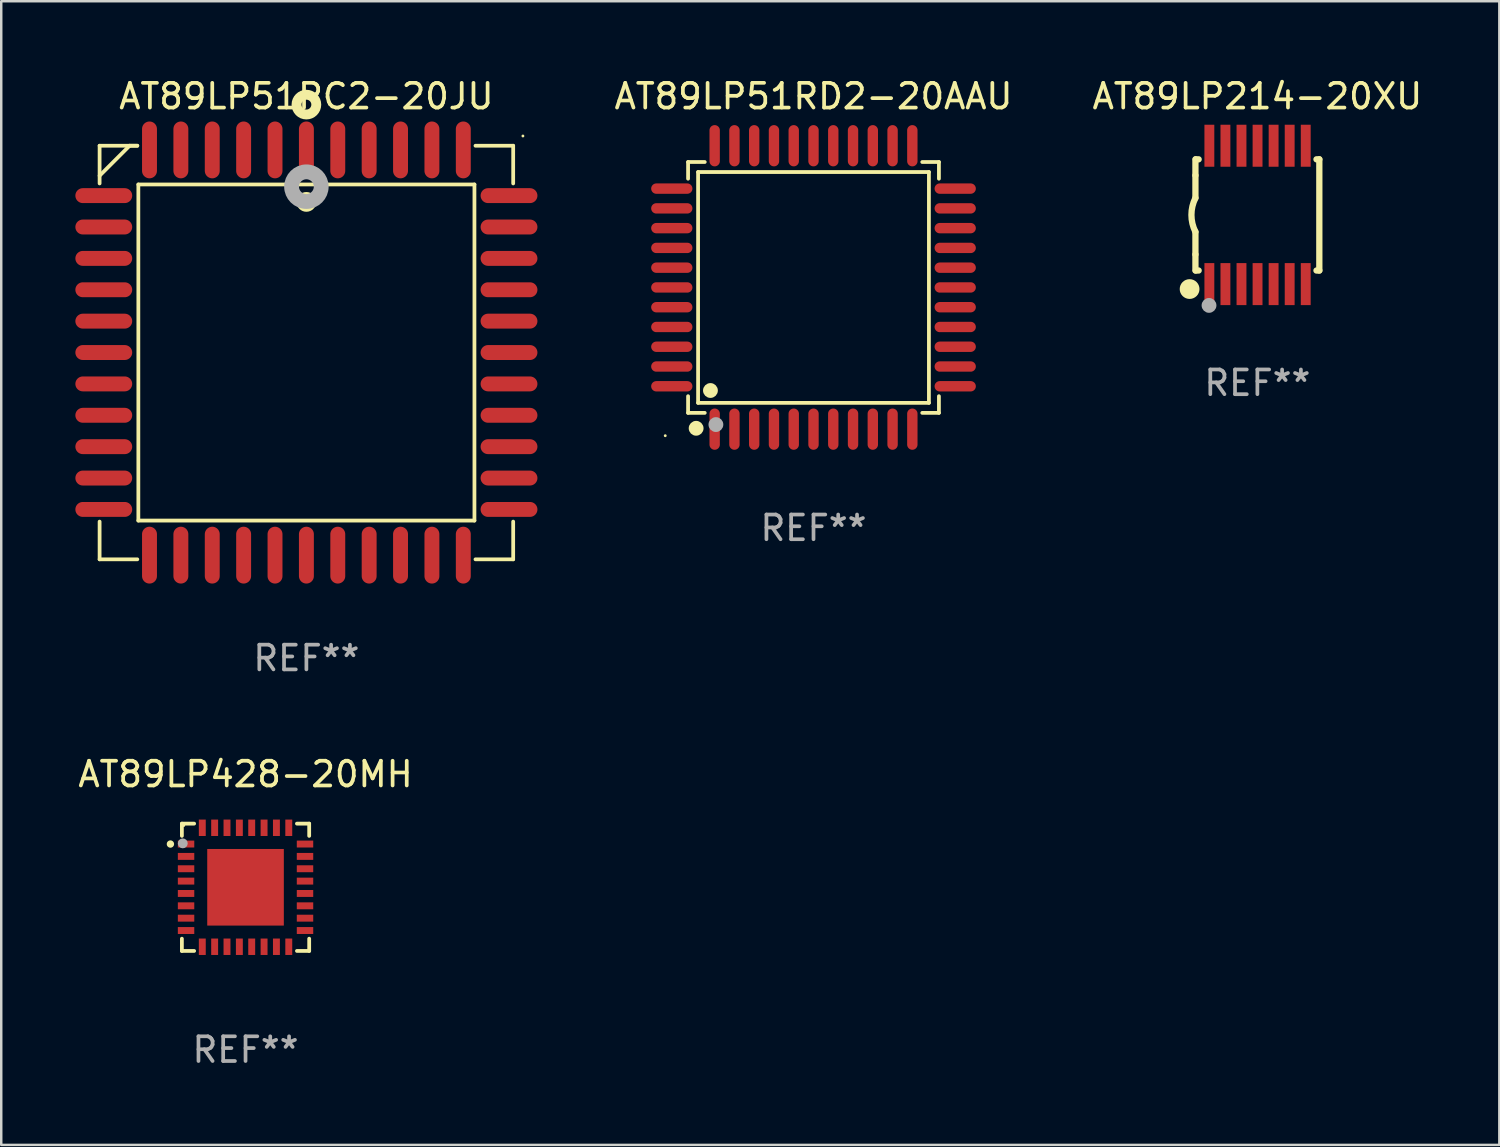
<source format=kicad_pcb>
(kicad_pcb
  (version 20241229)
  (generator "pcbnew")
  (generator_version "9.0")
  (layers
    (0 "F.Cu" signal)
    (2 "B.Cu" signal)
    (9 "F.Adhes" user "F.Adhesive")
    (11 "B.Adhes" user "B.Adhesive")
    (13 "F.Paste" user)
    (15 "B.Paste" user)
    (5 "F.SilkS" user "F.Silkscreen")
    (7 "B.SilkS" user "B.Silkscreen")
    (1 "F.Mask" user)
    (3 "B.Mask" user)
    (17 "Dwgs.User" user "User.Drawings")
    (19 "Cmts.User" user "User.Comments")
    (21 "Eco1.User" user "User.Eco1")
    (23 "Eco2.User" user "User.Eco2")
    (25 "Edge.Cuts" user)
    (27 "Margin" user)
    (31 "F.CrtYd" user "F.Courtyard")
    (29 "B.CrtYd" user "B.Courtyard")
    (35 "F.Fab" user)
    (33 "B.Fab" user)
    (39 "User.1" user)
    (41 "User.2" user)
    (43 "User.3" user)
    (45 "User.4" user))
  (footprint "AT89LP51RC2-20JU"
    (layer "F.Cu")
    (at 9.35 11.217)
    (property "Reference" "AT89LP51RC2-20JU" (at 0 -10.369 0) (layer "F.SilkS") (effects (font (size 1 1) (thickness 0.15))))
    (attr through_hole)
    (fp_line (start -8.369 -8.369) (end -8.369 -6.843) (stroke (width 0.152) (type solid)) (layer "F.SilkS"))
    (fp_line (start -8.369 8.369) (end -8.369 6.843) (stroke (width 0.152) (type solid)) (layer "F.SilkS"))
    (fp_line (start -7.156 -8.369) (end -8.369 -7.156) (stroke (width 0.152) (type solid)) (layer "F.SilkS"))
    (fp_line (start -6.843 -8.369) (end -8.369 -8.369) (stroke (width 0.152) (type solid)) (layer "F.SilkS"))
    (fp_line (start -6.843 -8.369) (end -7.156 -8.369) (stroke (width 0.152) (type solid)) (layer "F.SilkS"))
    (fp_line (start -6.843 8.369) (end -8.369 8.369) (stroke (width 0.152) (type solid)) (layer "F.SilkS"))
    (fp_line (start -6.801 -6.801) (end 6.801 -6.801) (stroke (width 0.152) (type solid)) (layer "F.SilkS"))
    (fp_line (start -6.801 6.801) (end -6.801 -6.801) (stroke (width 0.152) (type solid)) (layer "F.SilkS"))
    (fp_line (start 6.801 -6.801) (end 6.801 6.801) (stroke (width 0.152) (type solid)) (layer "F.SilkS"))
    (fp_line (start 6.801 6.801) (end -6.801 6.801) (stroke (width 0.152) (type solid)) (layer "F.SilkS"))
    (fp_line (start 6.843 -8.369) (end 8.369 -8.369) (stroke (width 0.152) (type solid)) (layer "F.SilkS"))
    (fp_line (start 6.843 8.369) (end 8.369 8.369) (stroke (width 0.152) (type solid)) (layer "F.SilkS"))
    (fp_line (start 8.369 -8.369) (end 8.369 -6.843) (stroke (width 0.152) (type solid)) (layer "F.SilkS"))
    (fp_line (start 8.369 8.369) (end 8.369 6.843) (stroke (width 0.152) (type solid)) (layer "F.SilkS"))
    (fp_circle (center -0.000013 -6.096) (end 0.2 -6.096) (stroke (width 0.4) (type solid)) (fill no) (layer "F.SilkS"))
    (fp_circle (center 0.000114 -10.033) (end 0.2 -10.033) (stroke (width 0.4) (type solid)) (fill no) (layer "F.SilkS"))
    (fp_circle (center 8.763 -8.763) (end 8.793 -8.763) (stroke (width 0.06) (type solid)) (fill no) (layer "F.SilkS"))
    (fp_circle (center 0.000114 -6.712) (end 0.3 -6.712) (stroke (width 0.6) (type solid)) (fill no) (layer "F.Fab"))
    (fp_text user "REF**" (at 0 12.369 0) (layer "F.Fab") (effects (font (size 1 1) (thickness 0.15))))
    (pad "1" smd oval (at 0.000114 -8.2) (size 0.604 2.3) (layers "F.Cu" "F.Mask" "F.Paste"))
    (pad "2" smd oval (at -1.27 -8.2) (size 0.604 2.3) (layers "F.Cu" "F.Mask" "F.Paste"))
    (pad "3" smd oval (at -2.54 -8.2) (size 0.604 2.3) (layers "F.Cu" "F.Mask" "F.Paste"))
    (pad "4" smd oval (at -3.81 -8.2) (size 0.604 2.3) (layers "F.Cu" "F.Mask" "F.Paste"))
    (pad "5" smd oval (at -5.08 -8.2) (size 0.604 2.3) (layers "F.Cu" "F.Mask" "F.Paste"))
    (pad "6" smd oval (at -6.35 -8.2) (size 0.604 2.3) (layers "F.Cu" "F.Mask" "F.Paste"))
    (pad "7" smd oval (at -8.2 -6.35) (size 2.3 0.604) (layers "F.Cu" "F.Mask" "F.Paste"))
    (pad "8" smd oval (at -8.2 -5.08) (size 2.3 0.604) (layers "F.Cu" "F.Mask" "F.Paste"))
    (pad "9" smd oval (at -8.2 -3.81) (size 2.3 0.604) (layers "F.Cu" "F.Mask" "F.Paste"))
    (pad "10" smd oval (at -8.2 -2.54) (size 2.3 0.604) (layers "F.Cu" "F.Mask" "F.Paste"))
    (pad "11" smd oval (at -8.2 -1.27) (size 2.3 0.604) (layers "F.Cu" "F.Mask" "F.Paste"))
    (pad "12" smd oval (at -8.2 0.000127) (size 2.3 0.604) (layers "F.Cu" "F.Mask" "F.Paste"))
    (pad "13" smd oval (at -8.2 1.27) (size 2.3 0.604) (layers "F.Cu" "F.Mask" "F.Paste"))
    (pad "14" smd oval (at -8.2 2.54) (size 2.3 0.604) (layers "F.Cu" "F.Mask" "F.Paste"))
    (pad "15" smd oval (at -8.2 3.81) (size 2.3 0.604) (layers "F.Cu" "F.Mask" "F.Paste"))
    (pad "16" smd oval (at -8.2 5.08) (size 2.3 0.604) (layers "F.Cu" "F.Mask" "F.Paste"))
    (pad "17" smd oval (at -8.2 6.35) (size 2.3 0.604) (layers "F.Cu" "F.Mask" "F.Paste"))
    (pad "18" smd oval (at -6.35 8.2) (size 0.604 2.3) (layers "F.Cu" "F.Mask" "F.Paste"))
    (pad "19" smd oval (at -5.08 8.2) (size 0.604 2.3) (layers "F.Cu" "F.Mask" "F.Paste"))
    (pad "20" smd oval (at -3.81 8.2) (size 0.604 2.3) (layers "F.Cu" "F.Mask" "F.Paste"))
    (pad "21" smd oval (at -2.54 8.2) (size 0.604 2.3) (layers "F.Cu" "F.Mask" "F.Paste"))
    (pad "22" smd oval (at -1.27 8.2) (size 0.604 2.3) (layers "F.Cu" "F.Mask" "F.Paste"))
    (pad "23" smd oval (at 0.000114 8.2) (size 0.604 2.3) (layers "F.Cu" "F.Mask" "F.Paste"))
    (pad "24" smd oval (at 1.27 8.2) (size 0.604 2.3) (layers "F.Cu" "F.Mask" "F.Paste"))
    (pad "25" smd oval (at 2.54 8.2) (size 0.604 2.3) (layers "F.Cu" "F.Mask" "F.Paste"))
    (pad "26" smd oval (at 3.81 8.2) (size 0.604 2.3) (layers "F.Cu" "F.Mask" "F.Paste"))
    (pad "27" smd oval (at 5.08 8.2) (size 0.604 2.3) (layers "F.Cu" "F.Mask" "F.Paste"))
    (pad "28" smd oval (at 6.35 8.2) (size 0.604 2.3) (layers "F.Cu" "F.Mask" "F.Paste"))
    (pad "29" smd oval (at 8.2 6.35) (size 2.3 0.604) (layers "F.Cu" "F.Mask" "F.Paste"))
    (pad "30" smd oval (at 8.2 5.08) (size 2.3 0.604) (layers "F.Cu" "F.Mask" "F.Paste"))
    (pad "31" smd oval (at 8.2 3.81) (size 2.3 0.604) (layers "F.Cu" "F.Mask" "F.Paste"))
    (pad "32" smd oval (at 8.2 2.54) (size 2.3 0.604) (layers "F.Cu" "F.Mask" "F.Paste"))
    (pad "33" smd oval (at 8.2 1.27) (size 2.3 0.604) (layers "F.Cu" "F.Mask" "F.Paste"))
    (pad "34" smd oval (at 8.2 0.000127) (size 2.3 0.604) (layers "F.Cu" "F.Mask" "F.Paste"))
    (pad "35" smd oval (at 8.2 -1.27) (size 2.3 0.604) (layers "F.Cu" "F.Mask" "F.Paste"))
    (pad "36" smd oval (at 8.2 -2.54) (size 2.3 0.604) (layers "F.Cu" "F.Mask" "F.Paste"))
    (pad "37" smd oval (at 8.2 -3.81) (size 2.3 0.604) (layers "F.Cu" "F.Mask" "F.Paste"))
    (pad "38" smd oval (at 8.2 -5.08) (size 2.3 0.604) (layers "F.Cu" "F.Mask" "F.Paste"))
    (pad "39" smd oval (at 8.2 -6.35) (size 2.3 0.604) (layers "F.Cu" "F.Mask" "F.Paste"))
    (pad "40" smd oval (at 6.35 -8.2) (size 0.604 2.3) (layers "F.Cu" "F.Mask" "F.Paste"))
    (pad "41" smd oval (at 5.08 -8.2) (size 0.604 2.3) (layers "F.Cu" "F.Mask" "F.Paste"))
    (pad "42" smd oval (at 3.81 -8.2) (size 0.604 2.3) (layers "F.Cu" "F.Mask" "F.Paste"))
    (pad "43" smd oval (at 2.54 -8.2) (size 0.604 2.3) (layers "F.Cu" "F.Mask" "F.Paste"))
    (pad "44" smd oval (at 1.27 -8.2) (size 0.604 2.3) (layers "F.Cu" "F.Mask" "F.Paste")))
  (footprint "AT89LP51RD2-20AAU"
    (layer "F.Cu")
    (at 29.873 8.583)
    (property "Reference" "AT89LP51RD2-20AAU" (at 0 -7.735 0) (layer "F.SilkS") (effects (font (size 1 1) (thickness 0.15))))
    (attr through_hole)
    (fp_line (start -5.076 -5.076) (end -4.401 -5.076) (stroke (width 0.152) (type solid)) (layer "F.SilkS"))
    (fp_line (start -5.076 -4.401) (end -5.076 -5.076) (stroke (width 0.152) (type solid)) (layer "F.SilkS"))
    (fp_line (start -5.076 4.401) (end -5.076 5.076) (stroke (width 0.152) (type solid)) (layer "F.SilkS"))
    (fp_line (start -5.076 5.076) (end -4.401 5.076) (stroke (width 0.152) (type solid)) (layer "F.SilkS"))
    (fp_line (start -4.671 -4.671) (end 4.671 -4.671) (stroke (width 0.152) (type solid)) (layer "F.SilkS"))
    (fp_line (start -4.671 4.671) (end -4.671 -4.671) (stroke (width 0.152) (type solid)) (layer "F.SilkS"))
    (fp_line (start 4.671 -4.671) (end 4.671 4.671) (stroke (width 0.152) (type solid)) (layer "F.SilkS"))
    (fp_line (start 4.671 4.671) (end -4.671 4.671) (stroke (width 0.152) (type solid)) (layer "F.SilkS"))
    (fp_line (start 5.076 -5.076) (end 4.401 -5.076) (stroke (width 0.152) (type solid)) (layer "F.SilkS"))
    (fp_line (start 5.076 -4.401) (end 5.076 -5.076) (stroke (width 0.152) (type solid)) (layer "F.SilkS"))
    (fp_line (start 5.076 4.401) (end 5.076 5.076) (stroke (width 0.152) (type solid)) (layer "F.SilkS"))
    (fp_line (start 5.076 5.076) (end 4.401 5.076) (stroke (width 0.152) (type solid)) (layer "F.SilkS"))
    (fp_circle (center -6 6) (end -5.97 6) (stroke (width 0.06) (type solid)) (fill no) (layer "F.SilkS"))
    (fp_circle (center -4.75 5.7) (end -4.6 5.7) (stroke (width 0.3) (type solid)) (fill no) (layer "F.SilkS"))
    (fp_circle (center -4.171 4.171) (end -4.021 4.171) (stroke (width 0.3) (type solid)) (fill no) (layer "F.SilkS"))
    (fp_circle (center -3.95 5.55) (end -3.8 5.55) (stroke (width 0.3) (type solid)) (fill no) (layer "F.Fab"))
    (fp_text user "REF**" (at 0 9.735 0) (layer "F.Fab") (effects (font (size 1 1) (thickness 0.15))))
    (pad "1" smd oval (at -4 5.735) (size 0.42 1.67) (layers "F.Cu" "F.Mask" "F.Paste"))
    (pad "2" smd oval (at -3.2 5.735) (size 0.42 1.67) (layers "F.Cu" "F.Mask" "F.Paste"))
    (pad "3" smd oval (at -2.4 5.735) (size 0.42 1.67) (layers "F.Cu" "F.Mask" "F.Paste"))
    (pad "4" smd oval (at -1.6 5.735) (size 0.42 1.67) (layers "F.Cu" "F.Mask" "F.Paste"))
    (pad "5" smd oval (at -0.8 5.735) (size 0.42 1.67) (layers "F.Cu" "F.Mask" "F.Paste"))
    (pad "6" smd oval (at 0 5.735) (size 0.42 1.67) (layers "F.Cu" "F.Mask" "F.Paste"))
    (pad "7" smd oval (at 0.8 5.735) (size 0.42 1.67) (layers "F.Cu" "F.Mask" "F.Paste"))
    (pad "8" smd oval (at 1.6 5.735) (size 0.42 1.67) (layers "F.Cu" "F.Mask" "F.Paste"))
    (pad "9" smd oval (at 2.4 5.735) (size 0.42 1.67) (layers "F.Cu" "F.Mask" "F.Paste"))
    (pad "10" smd oval (at 3.2 5.735) (size 0.42 1.67) (layers "F.Cu" "F.Mask" "F.Paste"))
    (pad "11" smd oval (at 4 5.735) (size 0.42 1.67) (layers "F.Cu" "F.Mask" "F.Paste"))
    (pad "12" smd oval (at 5.735 4) (size 1.67 0.42) (layers "F.Cu" "F.Mask" "F.Paste"))
    (pad "13" smd oval (at 5.735 3.2) (size 1.67 0.42) (layers "F.Cu" "F.Mask" "F.Paste"))
    (pad "14" smd oval (at 5.735 2.4) (size 1.67 0.42) (layers "F.Cu" "F.Mask" "F.Paste"))
    (pad "15" smd oval (at 5.735 1.6) (size 1.67 0.42) (layers "F.Cu" "F.Mask" "F.Paste"))
    (pad "16" smd oval (at 5.735 0.8) (size 1.67 0.42) (layers "F.Cu" "F.Mask" "F.Paste"))
    (pad "17" smd oval (at 5.735 0) (size 1.67 0.42) (layers "F.Cu" "F.Mask" "F.Paste"))
    (pad "18" smd oval (at 5.735 -0.8) (size 1.67 0.42) (layers "F.Cu" "F.Mask" "F.Paste"))
    (pad "19" smd oval (at 5.735 -1.6) (size 1.67 0.42) (layers "F.Cu" "F.Mask" "F.Paste"))
    (pad "20" smd oval (at 5.735 -2.4) (size 1.67 0.42) (layers "F.Cu" "F.Mask" "F.Paste"))
    (pad "21" smd oval (at 5.735 -3.2) (size 1.67 0.42) (layers "F.Cu" "F.Mask" "F.Paste"))
    (pad "22" smd oval (at 5.735 -4) (size 1.67 0.42) (layers "F.Cu" "F.Mask" "F.Paste"))
    (pad "23" smd oval (at 4 -5.735) (size 0.42 1.67) (layers "F.Cu" "F.Mask" "F.Paste"))
    (pad "24" smd oval (at 3.2 -5.735) (size 0.42 1.67) (layers "F.Cu" "F.Mask" "F.Paste"))
    (pad "25" smd oval (at 2.4 -5.735) (size 0.42 1.67) (layers "F.Cu" "F.Mask" "F.Paste"))
    (pad "26" smd oval (at 1.6 -5.735) (size 0.42 1.67) (layers "F.Cu" "F.Mask" "F.Paste"))
    (pad "27" smd oval (at 0.8 -5.735) (size 0.42 1.67) (layers "F.Cu" "F.Mask" "F.Paste"))
    (pad "28" smd oval (at 0 -5.735) (size 0.42 1.67) (layers "F.Cu" "F.Mask" "F.Paste"))
    (pad "29" smd oval (at -0.8 -5.735) (size 0.42 1.67) (layers "F.Cu" "F.Mask" "F.Paste"))
    (pad "30" smd oval (at -1.6 -5.735) (size 0.42 1.67) (layers "F.Cu" "F.Mask" "F.Paste"))
    (pad "31" smd oval (at -2.4 -5.735) (size 0.42 1.67) (layers "F.Cu" "F.Mask" "F.Paste"))
    (pad "32" smd oval (at -3.2 -5.735) (size 0.42 1.67) (layers "F.Cu" "F.Mask" "F.Paste"))
    (pad "33" smd oval (at -4 -5.735) (size 0.42 1.67) (layers "F.Cu" "F.Mask" "F.Paste"))
    (pad "34" smd oval (at -5.735 -4) (size 1.67 0.42) (layers "F.Cu" "F.Mask" "F.Paste"))
    (pad "35" smd oval (at -5.735 -3.2) (size 1.67 0.42) (layers "F.Cu" "F.Mask" "F.Paste"))
    (pad "36" smd oval (at -5.735 -2.4) (size 1.67 0.42) (layers "F.Cu" "F.Mask" "F.Paste"))
    (pad "37" smd oval (at -5.735 -1.6) (size 1.67 0.42) (layers "F.Cu" "F.Mask" "F.Paste"))
    (pad "38" smd oval (at -5.735 -0.8) (size 1.67 0.42) (layers "F.Cu" "F.Mask" "F.Paste"))
    (pad "39" smd oval (at -5.735 0) (size 1.67 0.42) (layers "F.Cu" "F.Mask" "F.Paste"))
    (pad "40" smd oval (at -5.735 0.8) (size 1.67 0.42) (layers "F.Cu" "F.Mask" "F.Paste"))
    (pad "41" smd oval (at -5.735 1.6) (size 1.67 0.42) (layers "F.Cu" "F.Mask" "F.Paste"))
    (pad "42" smd oval (at -5.735 2.4) (size 1.67 0.42) (layers "F.Cu" "F.Mask" "F.Paste"))
    (pad "43" smd oval (at -5.735 3.2) (size 1.67 0.42) (layers "F.Cu" "F.Mask" "F.Paste"))
    (pad "44" smd oval (at -5.735 4) (size 1.67 0.42) (layers "F.Cu" "F.Mask" "F.Paste")))
  (footprint "AT89LP214-20XU"
    (layer "F.Cu")
    (at 47.837 5.648)
    (property "Reference" "AT89LP214-20XU" (at 0 -4.8 0) (layer "F.SilkS") (effects (font (size 1 1) (thickness 0.15))))
    (attr through_hole)
    (fp_line (start -2.507 -1.6) (end -2.507 -2.25) (stroke (width 0.254) (type solid)) (layer "F.SilkS"))
    (fp_line (start -2.507 -0.686) (end -2.507 -1.6) (stroke (width 0.254) (type solid)) (layer "F.SilkS"))
    (fp_line (start -2.507 1.6) (end -2.507 0.686) (stroke (width 0.254) (type solid)) (layer "F.SilkS"))
    (fp_line (start -2.507 1.6) (end -2.507 2.25) (stroke (width 0.254) (type solid)) (layer "F.SilkS"))
    (fp_line (start -2.493 -2.25) (end -2.377 -2.25) (stroke (width 0.254) (type solid)) (layer "F.SilkS"))
    (fp_line (start -2.377 2.25) (end -2.493 2.25) (stroke (width 0.254) (type solid)) (layer "F.SilkS"))
    (fp_line (start 2.392 -2.25) (end 2.507 -2.25) (stroke (width 0.254) (type solid)) (layer "F.SilkS"))
    (fp_line (start 2.507 -2.25) (end 2.507 2.25) (stroke (width 0.254) (type solid)) (layer "F.SilkS"))
    (fp_line (start 2.507 2.25) (end 2.392 2.25) (stroke (width 0.254) (type solid)) (layer "F.SilkS"))
    (fp_arc (start -2.507303 0.685802) (mid -2.669199 0) (end -2.507303 -0.685801) (stroke (width 0.254001) (type solid)) (layer "F.SilkS"))
    (fp_circle (center -2.743 3) (end -2.543 3) (stroke (width 0.4) (type solid)) (fill no) (layer "F.SilkS"))
    (fp_circle (center -2.493 3.2) (end -2.463 3.2) (stroke (width 0.06) (type solid)) (fill no) (layer "F.SilkS"))
    (fp_circle (center -1.957 3.662) (end -1.807 3.662) (stroke (width 0.3) (type solid)) (fill no) (layer "F.Fab"))
    (fp_text user "REF**" (at 0 6.8 0) (layer "F.Fab") (effects (font (size 1 1) (thickness 0.15))))
    (pad "1" smd rect (at -1.943 2.8) (size 0.4 1.7) (layers "F.Cu" "F.Mask" "F.Paste"))
    (pad "2" smd rect (at -1.293 2.8) (size 0.4 1.7) (layers "F.Cu" "F.Mask" "F.Paste"))
    (pad "3" smd rect (at -0.643 2.8) (size 0.4 1.7) (layers "F.Cu" "F.Mask" "F.Paste"))
    (pad "4" smd rect (at 0.007 2.8) (size 0.4 1.7) (layers "F.Cu" "F.Mask" "F.Paste"))
    (pad "5" smd rect (at 0.657 2.8) (size 0.4 1.7) (layers "F.Cu" "F.Mask" "F.Paste"))
    (pad "6" smd rect (at 1.307 2.8) (size 0.4 1.7) (layers "F.Cu" "F.Mask" "F.Paste"))
    (pad "7" smd rect (at 1.957 2.8) (size 0.4 1.7) (layers "F.Cu" "F.Mask" "F.Paste"))
    (pad "8" smd rect (at 1.957 -2.8) (size 0.4 1.7) (layers "F.Cu" "F.Mask" "F.Paste"))
    (pad "9" smd rect (at 1.307 -2.8) (size 0.4 1.7) (layers "F.Cu" "F.Mask" "F.Paste"))
    (pad "10" smd rect (at 0.657 -2.8) (size 0.4 1.7) (layers "F.Cu" "F.Mask" "F.Paste"))
    (pad "11" smd rect (at 0.007 -2.8) (size 0.4 1.7) (layers "F.Cu" "F.Mask" "F.Paste"))
    (pad "12" smd rect (at -0.643 -2.8) (size 0.4 1.7) (layers "F.Cu" "F.Mask" "F.Paste"))
    (pad "13" smd rect (at -1.293 -2.8) (size 0.4 1.7) (layers "F.Cu" "F.Mask" "F.Paste"))
    (pad "14" smd rect (at -1.943 -2.8) (size 0.4 1.7) (layers "F.Cu" "F.Mask" "F.Paste")))
  (footprint "AT89LP428-20MH"
    (layer "F.Cu")
    (at 6.887 32.859)
    (property "Reference" "AT89LP428-20MH" (at 0 -4.576 0) (layer "F.SilkS") (effects (font (size 1 1) (thickness 0.15))))
    (attr through_hole)
    (fp_line (start -2.576 -2.576) (end -2.576 -2.08) (stroke (width 0.152) (type solid)) (layer "F.SilkS"))
    (fp_line (start -2.576 2.576) (end -2.576 2.08) (stroke (width 0.152) (type solid)) (layer "F.SilkS"))
    (fp_line (start -2.08 -2.576) (end -2.576 -2.576) (stroke (width 0.152) (type solid)) (layer "F.SilkS"))
    (fp_line (start -2.08 2.576) (end -2.576 2.576) (stroke (width 0.152) (type solid)) (layer "F.SilkS"))
    (fp_line (start 2.08 -2.576) (end 2.576 -2.576) (stroke (width 0.152) (type solid)) (layer "F.SilkS"))
    (fp_line (start 2.08 2.576) (end 2.576 2.576) (stroke (width 0.152) (type solid)) (layer "F.SilkS"))
    (fp_line (start 2.576 -2.576) (end 2.576 -2.08) (stroke (width 0.152) (type solid)) (layer "F.SilkS"))
    (fp_line (start 2.576 2.576) (end 2.576 2.08) (stroke (width 0.152) (type solid)) (layer "F.SilkS"))
    (fp_circle (center -3.04 -1.75) (end -2.965 -1.75) (stroke (width 0.15) (type solid)) (fill no) (layer "F.SilkS"))
    (fp_circle (center -2.5 -2.5) (end -2.47 -2.5) (stroke (width 0.06) (type solid)) (fill no) (layer "F.SilkS"))
    (fp_circle (center -2.54 -1.778) (end -2.44 -1.778) (stroke (width 0.2) (type solid)) (fill no) (layer "F.Fab"))
    (fp_text user "REF**" (at 0 6.576 0) (layer "F.Fab") (effects (font (size 1 1) (thickness 0.15))))
    (pad "1" smd rect (at -2.407 -1.75) (size 0.665 0.28) (layers "F.Cu" "F.Mask" "F.Paste"))
    (pad "2" smd rect (at -2.407 -1.25) (size 0.665 0.28) (layers "F.Cu" "F.Mask" "F.Paste"))
    (pad "3" smd rect (at -2.407 -0.75) (size 0.665 0.28) (layers "F.Cu" "F.Mask" "F.Paste"))
    (pad "4" smd rect (at -2.407 -0.25) (size 0.665 0.28) (layers "F.Cu" "F.Mask" "F.Paste"))
    (pad "5" smd rect (at -2.407 0.25) (size 0.665 0.28) (layers "F.Cu" "F.Mask" "F.Paste"))
    (pad "6" smd rect (at -2.407 0.75) (size 0.665 0.28) (layers "F.Cu" "F.Mask" "F.Paste"))
    (pad "7" smd rect (at -2.407 1.25) (size 0.665 0.28) (layers "F.Cu" "F.Mask" "F.Paste"))
    (pad "8" smd rect (at -2.407 1.75) (size 0.665 0.28) (layers "F.Cu" "F.Mask" "F.Paste"))
    (pad "9" smd rect (at -1.75 2.407) (size 0.28 0.665) (layers "F.Cu" "F.Mask" "F.Paste"))
    (pad "10" smd rect (at -1.25 2.407) (size 0.28 0.665) (layers "F.Cu" "F.Mask" "F.Paste"))
    (pad "11" smd rect (at -0.75 2.407) (size 0.28 0.665) (layers "F.Cu" "F.Mask" "F.Paste"))
    (pad "12" smd rect (at -0.25 2.407) (size 0.28 0.665) (layers "F.Cu" "F.Mask" "F.Paste"))
    (pad "13" smd rect (at 0.25 2.407) (size 0.28 0.665) (layers "F.Cu" "F.Mask" "F.Paste"))
    (pad "14" smd rect (at 0.75 2.407) (size 0.28 0.665) (layers "F.Cu" "F.Mask" "F.Paste"))
    (pad "15" smd rect (at 1.25 2.407) (size 0.28 0.665) (layers "F.Cu" "F.Mask" "F.Paste"))
    (pad "16" smd rect (at 1.75 2.407) (size 0.28 0.665) (layers "F.Cu" "F.Mask" "F.Paste"))
    (pad "17" smd rect (at 2.407 1.75) (size 0.665 0.28) (layers "F.Cu" "F.Mask" "F.Paste"))
    (pad "18" smd rect (at 2.407 1.25) (size 0.665 0.28) (layers "F.Cu" "F.Mask" "F.Paste"))
    (pad "19" smd rect (at 2.407 0.75) (size 0.665 0.28) (layers "F.Cu" "F.Mask" "F.Paste"))
    (pad "20" smd rect (at 2.407 0.25) (size 0.665 0.28) (layers "F.Cu" "F.Mask" "F.Paste"))
    (pad "21" smd rect (at 2.407 -0.25) (size 0.665 0.28) (layers "F.Cu" "F.Mask" "F.Paste"))
    (pad "22" smd rect (at 2.407 -0.75) (size 0.665 0.28) (layers "F.Cu" "F.Mask" "F.Paste"))
    (pad "23" smd rect (at 2.407 -1.25) (size 0.665 0.28) (layers "F.Cu" "F.Mask" "F.Paste"))
    (pad "24" smd rect (at 2.407 -1.75) (size 0.665 0.28) (layers "F.Cu" "F.Mask" "F.Paste"))
    (pad "25" smd rect (at 1.75 -2.408) (size 0.28 0.665) (layers "F.Cu" "F.Mask" "F.Paste"))
    (pad "26" smd rect (at 1.25 -2.408) (size 0.28 0.665) (layers "F.Cu" "F.Mask" "F.Paste"))
    (pad "27" smd rect (at 0.75 -2.408) (size 0.28 0.665) (layers "F.Cu" "F.Mask" "F.Paste"))
    (pad "28" smd rect (at 0.25 -2.408) (size 0.28 0.665) (layers "F.Cu" "F.Mask" "F.Paste"))
    (pad "29" smd rect (at -0.25 -2.408) (size 0.28 0.665) (layers "F.Cu" "F.Mask" "F.Paste"))
    (pad "30" smd rect (at -0.75 -2.408) (size 0.28 0.665) (layers "F.Cu" "F.Mask" "F.Paste"))
    (pad "31" smd rect (at -1.25 -2.408) (size 0.28 0.665) (layers "F.Cu" "F.Mask" "F.Paste"))
    (pad "32" smd rect (at -1.75 -2.408) (size 0.28 0.665) (layers "F.Cu" "F.Mask" "F.Paste"))
    (pad "33" smd rect (at -0.000076 -0.000102) (size 3.1 3.1) (layers "F.Cu" "F.Mask" "F.Paste")))
  (gr_rect
    (start -3 -3)
    (end 57.629 43.284)
    (stroke (width 0.1) (type default))
    (fill no)
    (layer "Edge.Cuts")))
</source>
